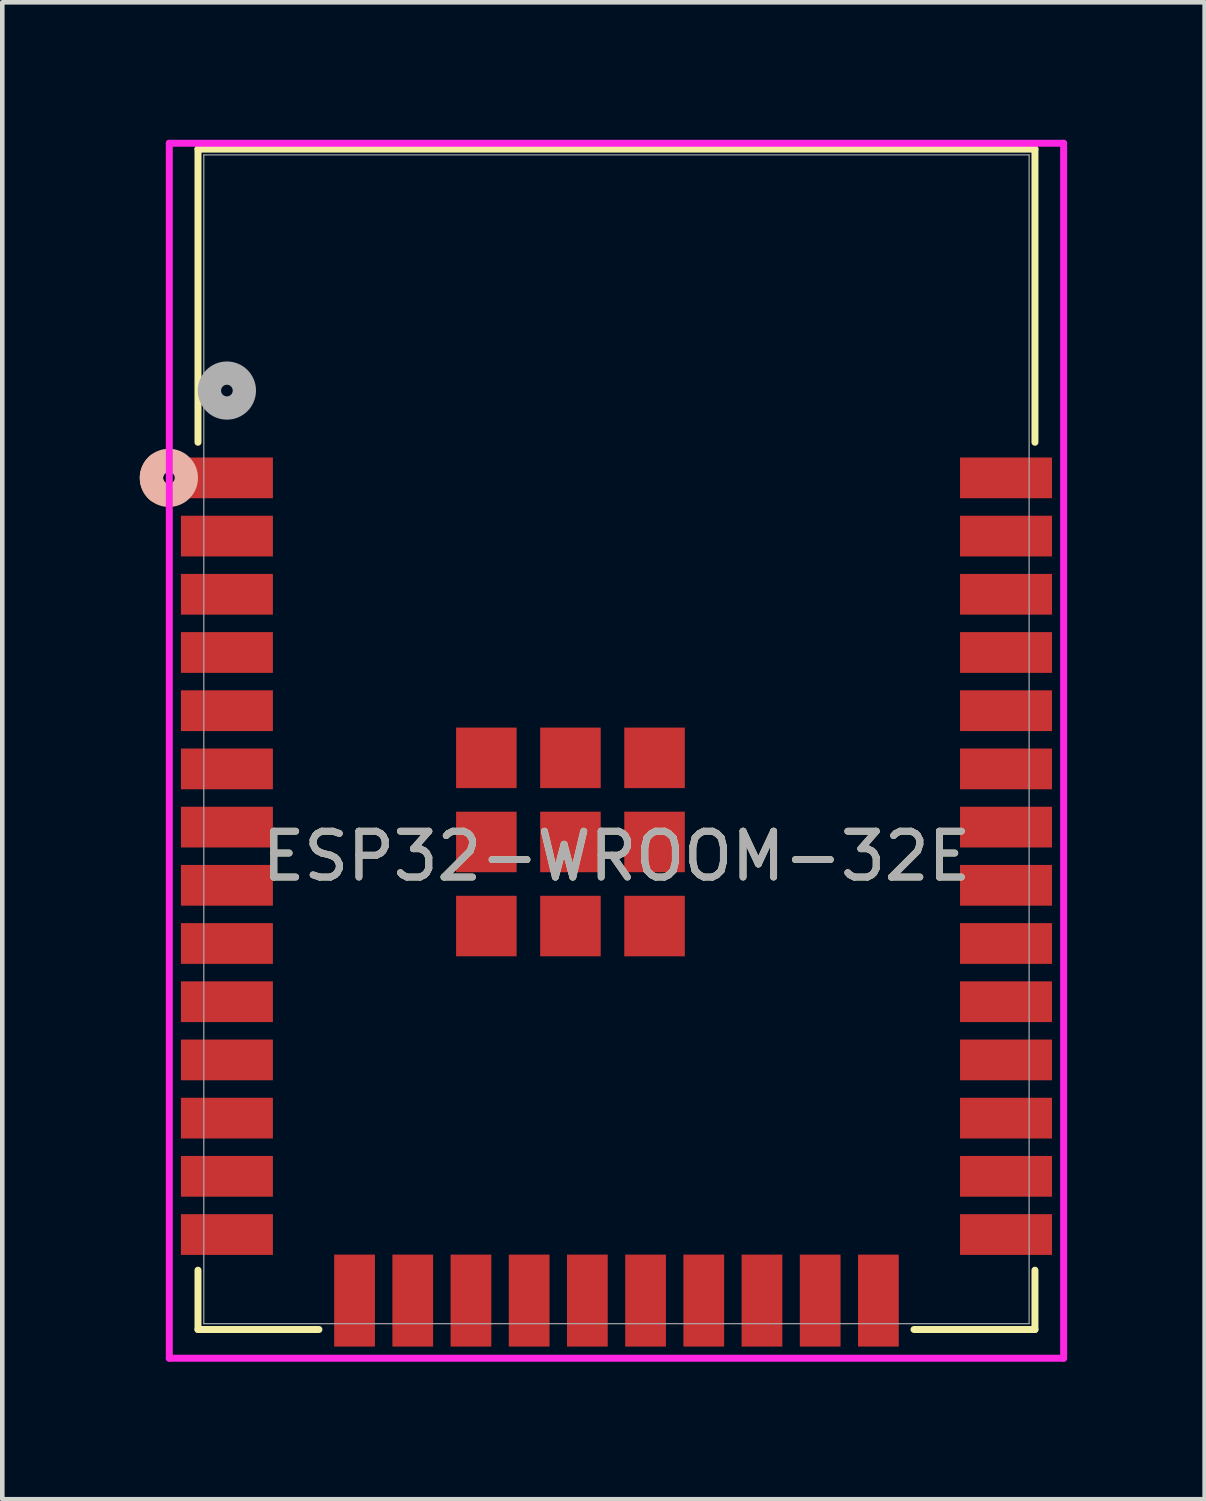
<source format=kicad_pcb>
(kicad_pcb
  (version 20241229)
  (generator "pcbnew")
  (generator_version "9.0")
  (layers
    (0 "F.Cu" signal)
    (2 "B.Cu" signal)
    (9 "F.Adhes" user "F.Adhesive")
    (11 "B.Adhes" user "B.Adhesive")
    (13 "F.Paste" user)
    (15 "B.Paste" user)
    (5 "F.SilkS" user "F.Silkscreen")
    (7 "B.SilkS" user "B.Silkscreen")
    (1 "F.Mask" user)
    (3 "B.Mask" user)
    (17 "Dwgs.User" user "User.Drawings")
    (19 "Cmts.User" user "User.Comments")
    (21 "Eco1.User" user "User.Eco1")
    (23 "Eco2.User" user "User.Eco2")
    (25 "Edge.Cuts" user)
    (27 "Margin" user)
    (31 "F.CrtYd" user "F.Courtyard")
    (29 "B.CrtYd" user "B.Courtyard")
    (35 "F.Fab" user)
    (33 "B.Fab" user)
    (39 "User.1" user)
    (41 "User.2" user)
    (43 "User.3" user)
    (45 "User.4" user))
  (footprint "ESP32-WROOM-32E"
    (layer "F.Cu")
    (at 10.401 13.081)
    (property "Reference" "ESP32-WROOM-32E" (at 0 2.551 0) (unlocked yes) (layer "F.SilkS") (effects (font (size 1 1) (thickness 0.15))))
    (attr smd)
    (fp_line (start -9.131 -12.878) (end -9.131 -6.481) (stroke (width 0.152) (type solid)) (layer "F.SilkS"))
    (fp_line (start -9.131 11.584) (end -9.131 12.878) (stroke (width 0.152) (type solid)) (layer "F.SilkS"))
    (fp_line (start -9.131 12.878) (end -6.492 12.878) (stroke (width 0.152) (type solid)) (layer "F.SilkS"))
    (fp_line (start 6.492 12.878) (end 9.131 12.878) (stroke (width 0.152) (type solid)) (layer "F.SilkS"))
    (fp_line (start 9.131 -12.878) (end -9.131 -12.878) (stroke (width 0.152) (type solid)) (layer "F.SilkS"))
    (fp_line (start 9.131 -6.481) (end 9.131 -12.878) (stroke (width 0.152) (type solid)) (layer "F.SilkS"))
    (fp_line (start 9.131 12.878) (end 9.131 11.584) (stroke (width 0.152) (type solid)) (layer "F.SilkS"))
    (fp_arc (start -10.013841 -5.414069) (mid -10.1473 -5.703697) (end -10.013841 -5.993325) (stroke (width 0.508) (type solid)) (layer "F.SilkS"))
    (fp_circle (center -9.766 -5.704) (end -9.385 -5.704) (stroke (width 0.508) (type solid)) (fill no) (layer "B.SilkS"))
    (fp_line (start -9.757 -13.005) (end -9.757 13.505) (stroke (width 0.152) (type solid)) (layer "F.CrtYd"))
    (fp_line (start -9.757 13.505) (end 9.757 13.505) (stroke (width 0.152) (type solid)) (layer "F.CrtYd"))
    (fp_line (start 9.757 -13.005) (end -9.757 -13.005) (stroke (width 0.152) (type solid)) (layer "F.CrtYd"))
    (fp_line (start 9.757 13.505) (end 9.757 -13.005) (stroke (width 0.152) (type solid)) (layer "F.CrtYd"))
    (fp_line (start -9.004 -12.751) (end -9.004 12.751) (stroke (width 0.025) (type solid)) (layer "F.Fab"))
    (fp_line (start -9.004 12.751) (end 9.004 12.751) (stroke (width 0.025) (type solid)) (layer "F.Fab"))
    (fp_line (start 9.004 -12.751) (end -9.004 -12.751) (stroke (width 0.025) (type solid)) (layer "F.Fab"))
    (fp_line (start 9.004 12.751) (end 9.004 -12.751) (stroke (width 0.025) (type solid)) (layer "F.Fab"))
    (fp_circle (center -8.5 -7.609) (end -8.119 -7.609) (stroke (width 0.508) (type solid)) (fill no) (layer "F.Fab"))
    (fp_text user "${REFERENCE}" (at 0 2.551 0) (unlocked yes) (layer "F.Fab") (effects (font (size 1 1) (thickness 0.15))))
    (pad "1" smd rect (at -8.5 -5.704) (size 2.007 0.889) (layers "F.Cu" "F.Mask" "F.Paste"))
    (pad "2" smd rect (at -8.5 -4.434) (size 2.007 0.889) (layers "F.Cu" "F.Mask" "F.Paste"))
    (pad "3" smd rect (at -8.5 -3.164) (size 2.007 0.889) (layers "F.Cu" "F.Mask" "F.Paste"))
    (pad "4" smd rect (at -8.5 -1.894) (size 2.007 0.889) (layers "F.Cu" "F.Mask" "F.Paste"))
    (pad "5" smd rect (at -8.5 -0.624) (size 2.007 0.889) (layers "F.Cu" "F.Mask" "F.Paste"))
    (pad "6" smd rect (at -8.5 0.646) (size 2.007 0.889) (layers "F.Cu" "F.Mask" "F.Paste"))
    (pad "7" smd rect (at -8.5 1.916) (size 2.007 0.889) (layers "F.Cu" "F.Mask" "F.Paste"))
    (pad "8" smd rect (at -8.5 3.186) (size 2.007 0.889) (layers "F.Cu" "F.Mask" "F.Paste"))
    (pad "9" smd rect (at -8.5 4.456) (size 2.007 0.889) (layers "F.Cu" "F.Mask" "F.Paste"))
    (pad "10" smd rect (at -8.5 5.726) (size 2.007 0.889) (layers "F.Cu" "F.Mask" "F.Paste"))
    (pad "11" smd rect (at -8.5 6.996) (size 2.007 0.889) (layers "F.Cu" "F.Mask" "F.Paste"))
    (pad "12" smd rect (at -8.5 8.266) (size 2.007 0.889) (layers "F.Cu" "F.Mask" "F.Paste"))
    (pad "13" smd rect (at -8.5 9.536) (size 2.007 0.889) (layers "F.Cu" "F.Mask" "F.Paste"))
    (pad "14" smd rect (at -8.5 10.806) (size 2.007 0.889) (layers "F.Cu" "F.Mask" "F.Paste"))
    (pad "15" smd rect (at -5.715 12.247) (size 0.889 2.007) (layers "F.Cu" "F.Mask" "F.Paste"))
    (pad "16" smd rect (at -4.445 12.247) (size 0.889 2.007) (layers "F.Cu" "F.Mask" "F.Paste"))
    (pad "17" smd rect (at -3.175 12.247) (size 0.889 2.007) (layers "F.Cu" "F.Mask" "F.Paste"))
    (pad "18" smd rect (at -1.905 12.247) (size 0.889 2.007) (layers "F.Cu" "F.Mask" "F.Paste"))
    (pad "19" smd rect (at -0.635 12.247) (size 0.889 2.007) (layers "F.Cu" "F.Mask" "F.Paste"))
    (pad "20" smd rect (at 0.635 12.247) (size 0.889 2.007) (layers "F.Cu" "F.Mask" "F.Paste"))
    (pad "21" smd rect (at 1.905 12.247) (size 0.889 2.007) (layers "F.Cu" "F.Mask" "F.Paste"))
    (pad "22" smd rect (at 3.175 12.247) (size 0.889 2.007) (layers "F.Cu" "F.Mask" "F.Paste"))
    (pad "23" smd rect (at 4.445 12.247) (size 0.889 2.007) (layers "F.Cu" "F.Mask" "F.Paste"))
    (pad "24" smd rect (at 5.715 12.247) (size 0.889 2.007) (layers "F.Cu" "F.Mask" "F.Paste"))
    (pad "25" smd rect (at 8.5 10.806) (size 2.007 0.889) (layers "F.Cu" "F.Mask" "F.Paste"))
    (pad "26" smd rect (at 8.5 9.536) (size 2.007 0.889) (layers "F.Cu" "F.Mask" "F.Paste"))
    (pad "27" smd rect (at 8.5 8.266) (size 2.007 0.889) (layers "F.Cu" "F.Mask" "F.Paste"))
    (pad "28" smd rect (at 8.5 6.996) (size 2.007 0.889) (layers "F.Cu" "F.Mask" "F.Paste"))
    (pad "29" smd rect (at 8.5 5.726) (size 2.007 0.889) (layers "F.Cu" "F.Mask" "F.Paste"))
    (pad "30" smd rect (at 8.5 4.456) (size 2.007 0.889) (layers "F.Cu" "F.Mask" "F.Paste"))
    (pad "31" smd rect (at 8.5 3.186) (size 2.007 0.889) (layers "F.Cu" "F.Mask" "F.Paste"))
    (pad "32" smd rect (at 8.5 1.916) (size 2.007 0.889) (layers "F.Cu" "F.Mask" "F.Paste"))
    (pad "33" smd rect (at 8.5 0.646) (size 2.007 0.889) (layers "F.Cu" "F.Mask" "F.Paste"))
    (pad "34" smd rect (at 8.5 -0.624) (size 2.007 0.889) (layers "F.Cu" "F.Mask" "F.Paste"))
    (pad "35" smd rect (at 8.5 -1.894) (size 2.007 0.889) (layers "F.Cu" "F.Mask" "F.Paste"))
    (pad "36" smd rect (at 8.5 -3.164) (size 2.007 0.889) (layers "F.Cu" "F.Mask" "F.Paste"))
    (pad "37" smd rect (at 8.5 -4.434) (size 2.007 0.889) (layers "F.Cu" "F.Mask" "F.Paste"))
    (pad "38" smd rect (at 8.5 -5.704) (size 2.007 0.889) (layers "F.Cu" "F.Mask" "F.Paste"))
    (pad "39" smd rect (at -2.839 0.405) (size 1.321 1.321) (layers "F.Cu" "F.Mask" "F.Paste"))
    (pad "40" smd rect (at -1.004 0.405) (size 1.321 1.321) (layers "F.Cu" "F.Mask" "F.Paste"))
    (pad "41" smd rect (at 0.831 0.405) (size 1.321 1.321) (layers "F.Cu" "F.Mask" "F.Paste"))
    (pad "42" smd rect (at -2.839 2.24) (size 1.321 1.321) (layers "F.Cu" "F.Mask" "F.Paste"))
    (pad "43" smd rect (at -1.004 2.24) (size 1.321 1.321) (layers "F.Cu" "F.Mask" "F.Paste"))
    (pad "44" smd rect (at 0.831 2.24) (size 1.321 1.321) (layers "F.Cu" "F.Mask" "F.Paste"))
    (pad "45" smd rect (at -2.839 4.075) (size 1.321 1.321) (layers "F.Cu" "F.Mask" "F.Paste"))
    (pad "46" smd rect (at -1.004 4.075) (size 1.321 1.321) (layers "F.Cu" "F.Mask" "F.Paste"))
    (pad "47" smd rect (at 0.831 4.075) (size 1.321 1.321) (layers "F.Cu" "F.Mask" "F.Paste")))
  (gr_rect
    (start -3 -3)
    (end 23.235 29.662)
    (stroke (width 0.1) (type default))
    (fill no)
    (layer "Edge.Cuts")))
</source>
